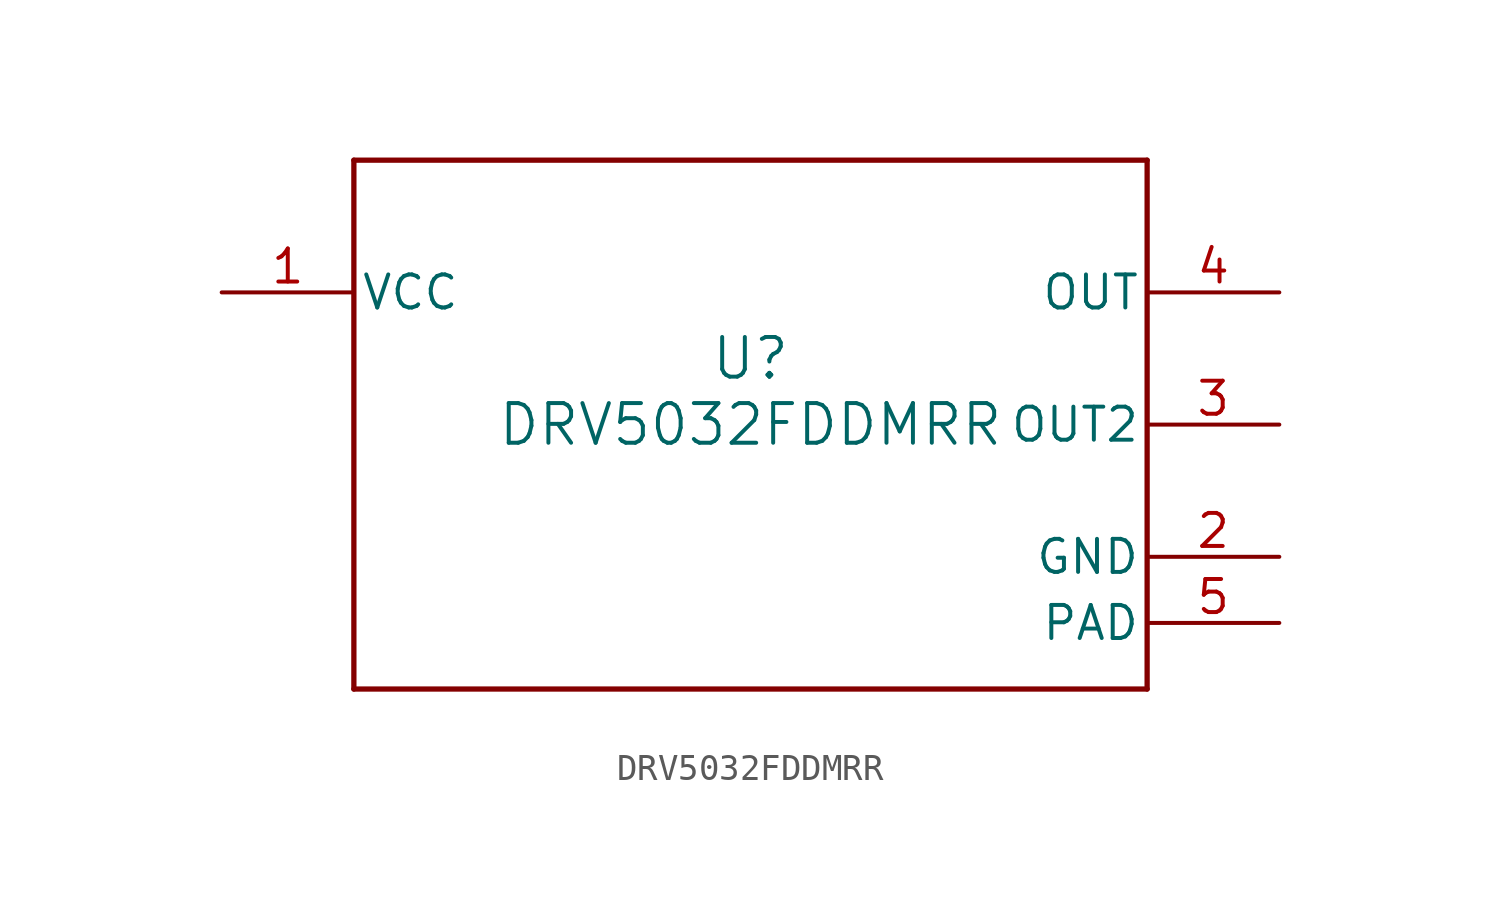
<source format=kicad_sym>
(kicad_symbol_lib
  (version 20211014)
  (generator kicad_symbol_editor)
  (symbol "DRV5032FDDMRR"
    (pin_names
      (offset 0.254))
    (property "Reference" "U"
      (at 0 2.54 0)
      (effects (font (size 1.524 1.524))))
    (property "Value" "DRV5032FDDMRR"
      (at 0 0 0)
      (effects (font (size 1.524 1.524))))
    (symbol "DRV5032FDDMRR_0_1"
      (polyline (pts (xy -15.24 -10.16) (xy 15.24 -10.16)) (stroke (width 0.203) (type default) (color 0 0 0 0)) (fill (type none)))
      (polyline (pts (xy 15.24 -10.16) (xy 15.24 10.16)) (stroke (width 0.203) (type default) (color 0 0 0 0)) (fill (type none)))
      (polyline (pts (xy 15.24 10.16) (xy -15.24 10.16)) (stroke (width 0.203) (type default) (color 0 0 0 0)) (fill (type none)))
      (polyline (pts (xy -15.24 10.16) (xy -15.24 -10.16)) (stroke (width 0.203) (type default) (color 0 0 0 0)) (fill (type none)))
      (pin power_in line (at -20.32 5.08 0) (length 5.08) (name "VCC" (effects (font (size 1.27 1.27)))) (number "1" (effects (font (size 1.27 1.27)))))
      (pin power_in line (at 20.32 -5.08 180) (length 5.08) (name "GND" (effects (font (size 1.27 1.27)))) (number "2" (effects (font (size 1.27 1.27)))))
      (pin output line (at 20.32 0 180) (length 5.08) (name "OUT2" (effects (font (size 1.27 1.27)))) (number "3" (effects (font (size 1.27 1.27)))))
      (pin output line (at 20.32 5.08 180) (length 5.08) (name "OUT" (effects (font (size 1.27 1.27)))) (number "4" (effects (font (size 1.27 1.27)))))
      (pin unspecified line (at 20.32 -7.62 180) (length 5.08) (name "PAD" (effects (font (size 1.27 1.27)))) (number "5" (effects (font (size 1.27 1.27))))))))
</source>
